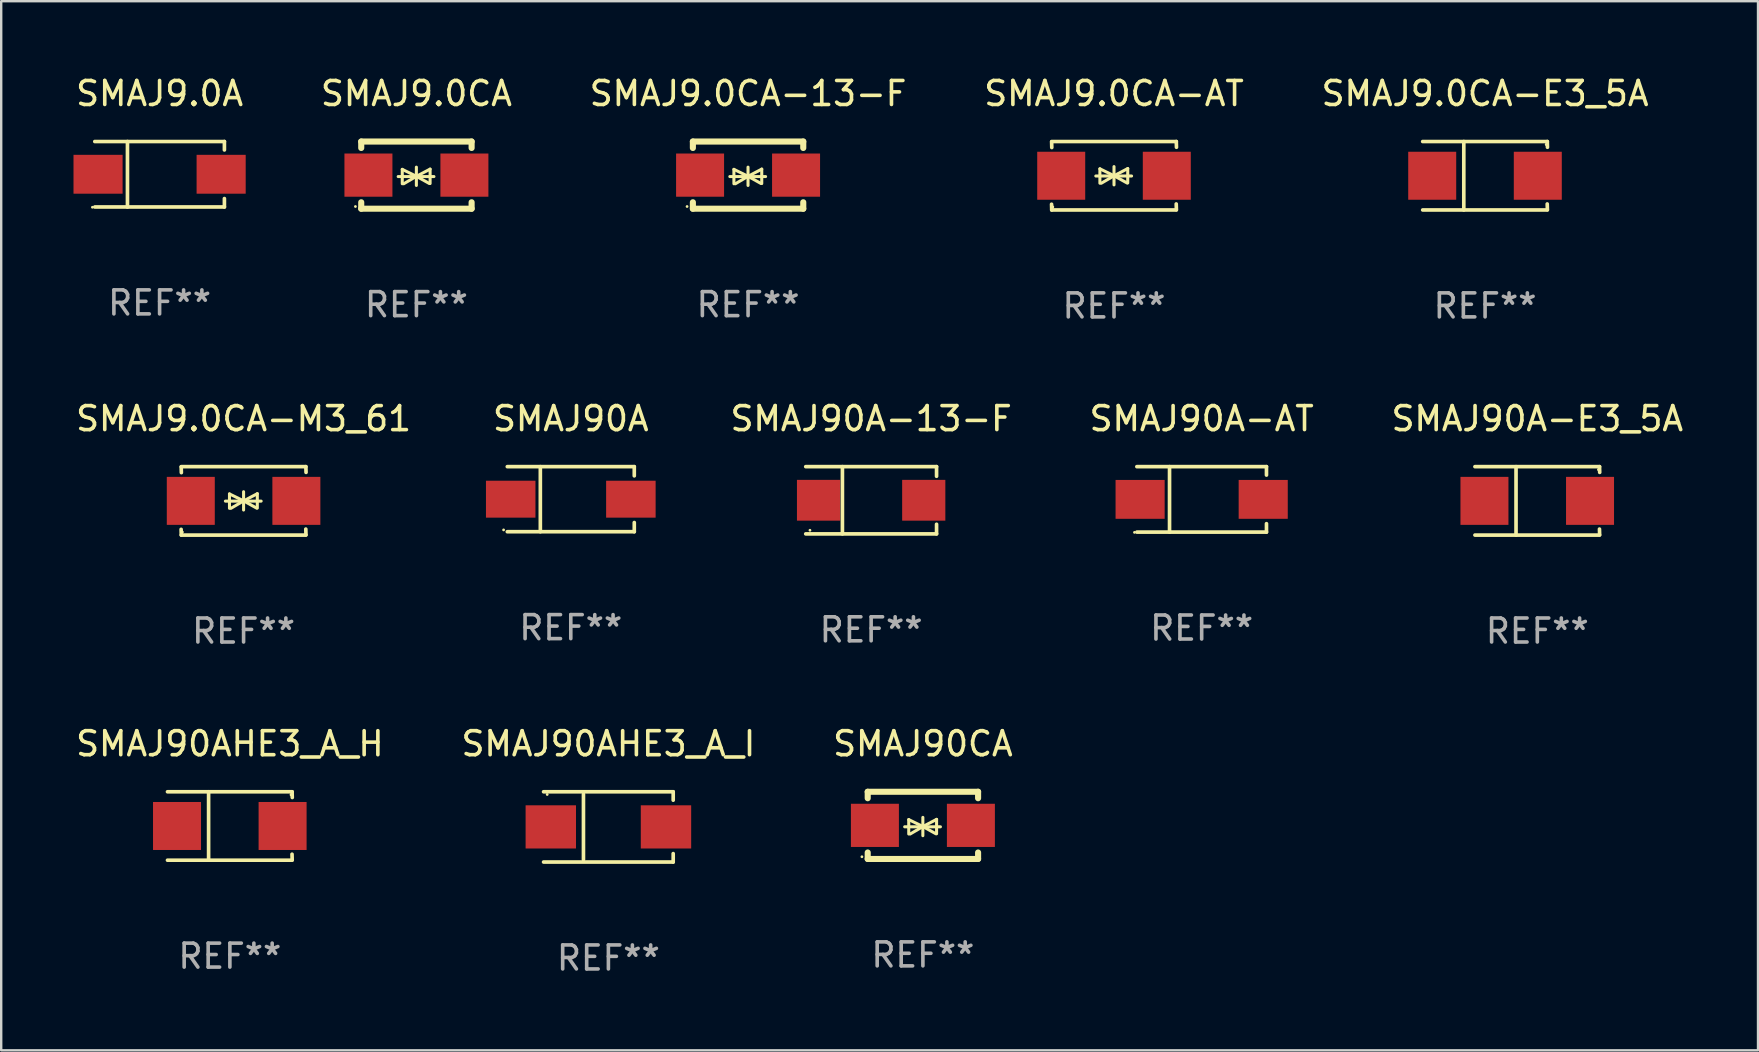
<source format=kicad_pcb>
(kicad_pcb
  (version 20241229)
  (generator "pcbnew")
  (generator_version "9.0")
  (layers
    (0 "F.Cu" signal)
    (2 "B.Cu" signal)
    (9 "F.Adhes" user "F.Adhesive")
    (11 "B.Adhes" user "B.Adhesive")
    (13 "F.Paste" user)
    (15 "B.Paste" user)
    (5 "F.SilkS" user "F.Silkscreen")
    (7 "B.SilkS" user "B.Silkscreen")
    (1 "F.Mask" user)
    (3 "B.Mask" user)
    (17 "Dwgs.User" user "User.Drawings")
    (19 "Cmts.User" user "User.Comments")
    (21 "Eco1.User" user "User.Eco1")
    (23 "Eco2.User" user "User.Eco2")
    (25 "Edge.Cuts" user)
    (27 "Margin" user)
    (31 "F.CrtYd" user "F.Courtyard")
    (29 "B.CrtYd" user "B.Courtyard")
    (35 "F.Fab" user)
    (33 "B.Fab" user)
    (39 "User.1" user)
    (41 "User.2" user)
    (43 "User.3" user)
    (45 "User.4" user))
  (footprint "SMAJ9.0CA-E3_5A"
    (layer "F.Cu")
    (at 58.839 4.274)
    (property "Reference" "SMAJ9.0CA-E3_5A" (at 0 -3.426 0) (layer "F.SilkS") (effects (font (size 1 1) (thickness 0.15))))
    (attr through_hole)
    (fp_line (start -2.6 -1.426) (end 2.593 -1.426) (stroke (width 0.152) (type solid)) (layer "F.SilkS"))
    (fp_line (start -2.6 1.426) (end 2.593 1.426) (stroke (width 0.152) (type solid)) (layer "F.SilkS"))
    (fp_line (start -0.887 -1.426) (end -0.887 1.426) (stroke (width 0.152) (type solid)) (layer "F.SilkS"))
    (fp_line (start 2.59 1.176) (end 2.597 1.415) (stroke (width 0.152) (type solid)) (layer "F.SilkS"))
    (fp_line (start 2.593 -1.426) (end 2.6 -1.187) (stroke (width 0.152) (type solid)) (layer "F.SilkS"))
    (fp_circle (center 2.547 -1.3) (end 2.577 -1.3) (stroke (width 0.06) (type solid)) (fill no) (layer "F.SilkS"))
    (fp_text user "REF**" (at 0 5.426 0) (layer "F.Fab") (effects (font (size 1 1) (thickness 0.15))))
    (pad "1" smd rect (at 2.197 -0.000025 180) (size 2 2) (layers "F.Cu" "F.Mask" "F.Paste"))
    (pad "2" smd rect (at -2.203 -0.000025 180) (size 2 2) (layers "F.Cu" "F.Mask" "F.Paste")))
  (footprint "SMAJ90CA"
    (layer "F.Cu")
    (at 35.411 31.346)
    (property "Reference" "SMAJ90CA" (at 0 -3.4 0) (layer "F.SilkS") (effects (font (size 1 1) (thickness 0.15))))
    (attr through_hole)
    (fp_line (start -2.3 -1.4) (end -2.3 -1.131) (stroke (width 0.254) (type solid)) (layer "F.SilkS"))
    (fp_line (start -2.3 -1.4) (end 2.3 -1.4) (stroke (width 0.254) (type solid)) (layer "F.SilkS"))
    (fp_line (start -2.3 1.131) (end -2.3 1.4) (stroke (width 0.254) (type solid)) (layer "F.SilkS"))
    (fp_line (start -2.3 1.4) (end 2.3 1.4) (stroke (width 0.254) (type solid)) (layer "F.SilkS"))
    (fp_line (start -0.76 0.06) (end 0.73 0.06) (stroke (width 0.127) (type solid)) (layer "F.SilkS"))
    (fp_line (start -0.59 -0.24) (end -0.59 0.36) (stroke (width 0.127) (type solid)) (layer "F.SilkS"))
    (fp_line (start -0.59 -0.24) (end -0.002 0.049) (stroke (width 0.127) (type solid)) (layer "F.SilkS"))
    (fp_line (start -0.53 0.36) (end -0.002 0.049) (stroke (width 0.127) (type solid)) (layer "F.SilkS"))
    (fp_line (start -0.002 0.049) (end -0.002 -0.332) (stroke (width 0.127) (type solid)) (layer "F.SilkS"))
    (fp_line (start -0.002 0.049) (end -0.002 0.43) (stroke (width 0.127) (type solid)) (layer "F.SilkS"))
    (fp_line (start 0.54 0.35) (end -0.002 0.049) (stroke (width 0.127) (type solid)) (layer "F.SilkS"))
    (fp_line (start 0.57 -0.25) (end -0.002 0.049) (stroke (width 0.127) (type solid)) (layer "F.SilkS"))
    (fp_line (start 0.57 -0.25) (end 0.57 0.35) (stroke (width 0.127) (type solid)) (layer "F.SilkS"))
    (fp_line (start 2.3 -1.4) (end 2.3 -1.131) (stroke (width 0.254) (type solid)) (layer "F.SilkS"))
    (fp_line (start 2.3 1.131) (end 2.3 1.4) (stroke (width 0.254) (type solid)) (layer "F.SilkS"))
    (fp_circle (center -2.542 1.308) (end -2.512 1.308) (stroke (width 0.06) (type solid)) (fill no) (layer "F.SilkS"))
    (fp_text user "REF**" (at 0 5.4 0) (layer "F.Fab") (effects (font (size 1 1) (thickness 0.15))))
    (pad "1" smd rect (at -2 0) (size 2 1.8) (layers "F.Cu" "F.Mask" "F.Paste"))
    (pad "2" smd rect (at 2 0) (size 2 1.8) (layers "F.Cu" "F.Mask" "F.Paste")))
  (footprint "SMAJ90A-AT"
    (layer "F.Cu")
    (at 47.028 17.761)
    (property "Reference" "SMAJ90A-AT" (at 0 -3.364 0) (layer "F.SilkS") (effects (font (size 1 1) (thickness 0.15))))
    (attr through_hole)
    (fp_line (start -2.701 -1.364) (end 2.701 -1.364) (stroke (width 0.152) (type solid)) (layer "F.SilkS"))
    (fp_line (start -2.701 1.364) (end 2.701 1.364) (stroke (width 0.152) (type solid)) (layer "F.SilkS"))
    (fp_line (start -1.339 -1.364) (end -1.339 1.364) (stroke (width 0.152) (type solid)) (layer "F.SilkS"))
    (fp_line (start 2.701 -1.364) (end 2.701 -1.013) (stroke (width 0.152) (type solid)) (layer "F.SilkS"))
    (fp_line (start 2.701 1.364) (end 2.701 1.013) (stroke (width 0.152) (type solid)) (layer "F.SilkS"))
    (fp_circle (center -2.8 1.375) (end -2.77 1.375) (stroke (width 0.06) (type solid)) (fill no) (layer "F.SilkS"))
    (fp_text user "REF**" (at 0 5.364 0) (layer "F.Fab") (effects (font (size 1 1) (thickness 0.15))))
    (pad "1" smd rect (at -2.565 -0.000025) (size 2.046 1.62) (layers "F.Cu" "F.Mask" "F.Paste"))
    (pad "2" smd rect (at 2.565 -0.000025) (size 2.046 1.62) (layers "F.Cu" "F.Mask" "F.Paste")))
  (footprint "SMAJ90A"
    (layer "F.Cu")
    (at 20.737 17.753)
    (property "Reference" "SMAJ90A" (at 0 -3.356 0) (layer "F.SilkS") (effects (font (size 1 1) (thickness 0.15))))
    (attr through_hole)
    (fp_line (start -2.646 -1.356) (end 2.646 -1.356) (stroke (width 0.152) (type solid)) (layer "F.SilkS"))
    (fp_line (start -2.646 1.356) (end 2.646 1.356) (stroke (width 0.152) (type solid)) (layer "F.SilkS"))
    (fp_line (start -1.269 -1.356) (end -1.269 1.356) (stroke (width 0.152) (type solid)) (layer "F.SilkS"))
    (fp_line (start 2.646 -1.356) (end 2.646 -0.973) (stroke (width 0.152) (type solid)) (layer "F.SilkS"))
    (fp_line (start 2.646 1.356) (end 2.646 0.973) (stroke (width 0.152) (type solid)) (layer "F.SilkS"))
    (fp_circle (center -2.8 1.28) (end -2.77 1.28) (stroke (width 0.06) (type solid)) (fill no) (layer "F.SilkS"))
    (fp_text user "REF**" (at 0 5.356 0) (layer "F.Fab") (effects (font (size 1 1) (thickness 0.15))))
    (pad "1" smd rect (at 2.504 0) (size 2.063 1.539) (layers "F.Cu" "F.Mask" "F.Paste"))
    (pad "2" smd rect (at -2.504 0) (size 2.063 1.539) (layers "F.Cu" "F.Mask" "F.Paste")))
  (footprint "SMAJ90AHE3_A_I"
    (layer "F.Cu")
    (at 22.304 31.41)
    (property "Reference" "SMAJ90AHE3_A_I" (at 0 -3.464 0) (layer "F.SilkS") (effects (font (size 1 1) (thickness 0.15))))
    (attr through_hole)
    (fp_line (start -2.701 -1.464) (end 2.701 -1.464) (stroke (width 0.152) (type solid)) (layer "F.SilkS"))
    (fp_line (start -2.701 1.464) (end 2.701 1.464) (stroke (width 0.152) (type solid)) (layer "F.SilkS"))
    (fp_line (start -1.039 -1.364) (end -1.039 1.364) (stroke (width 0.152) (type solid)) (layer "F.SilkS"))
    (fp_line (start 2.701 -1.464) (end 2.701 -1.113) (stroke (width 0.152) (type solid)) (layer "F.SilkS"))
    (fp_line (start 2.701 1.464) (end 2.701 1.113) (stroke (width 0.152) (type solid)) (layer "F.SilkS"))
    (fp_circle (center -2.55 -1.35) (end -2.52 -1.35) (stroke (width 0.06) (type solid)) (fill no) (layer "F.SilkS"))
    (fp_text user "REF**" (at 0 5.464 0) (layer "F.Fab") (effects (font (size 1 1) (thickness 0.15))))
    (pad "1" smd rect (at -2.4 0) (size 2.1 1.8) (layers "F.Cu" "F.Mask" "F.Paste"))
    (pad "2" smd rect (at 2.4 0) (size 2.1 1.8) (layers "F.Cu" "F.Mask" "F.Paste")))
  (footprint "SMAJ90A-E3_5A"
    (layer "F.Cu")
    (at 61.016 17.823)
    (property "Reference" "SMAJ90A-E3_5A" (at 0 -3.426 0) (layer "F.SilkS") (effects (font (size 1 1) (thickness 0.15))))
    (attr through_hole)
    (fp_line (start -2.6 -1.426) (end 2.593 -1.426) (stroke (width 0.152) (type solid)) (layer "F.SilkS"))
    (fp_line (start -2.6 1.426) (end 2.593 1.426) (stroke (width 0.152) (type solid)) (layer "F.SilkS"))
    (fp_line (start -0.887 -1.426) (end -0.887 1.426) (stroke (width 0.152) (type solid)) (layer "F.SilkS"))
    (fp_line (start 2.59 1.176) (end 2.597 1.415) (stroke (width 0.152) (type solid)) (layer "F.SilkS"))
    (fp_line (start 2.593 -1.426) (end 2.6 -1.187) (stroke (width 0.152) (type solid)) (layer "F.SilkS"))
    (fp_circle (center 2.547 -1.3) (end 2.577 -1.3) (stroke (width 0.06) (type solid)) (fill no) (layer "F.SilkS"))
    (fp_text user "REF**" (at 0 5.426 0) (layer "F.Fab") (effects (font (size 1 1) (thickness 0.15))))
    (pad "1" smd rect (at 2.197 -0.000025 180) (size 2 2) (layers "F.Cu" "F.Mask" "F.Paste"))
    (pad "2" smd rect (at -2.203 -0.000025 180) (size 2 2) (layers "F.Cu" "F.Mask" "F.Paste")))
  (footprint "SMAJ9.0CA-13-F"
    (layer "F.Cu")
    (at 28.125 4.248)
    (property "Reference" "SMAJ9.0CA-13-F" (at 0 -3.4 0) (layer "F.SilkS") (effects (font (size 1 1) (thickness 0.15))))
    (attr through_hole)
    (fp_line (start -2.3 -1.4) (end -2.3 -1.131) (stroke (width 0.254) (type solid)) (layer "F.SilkS"))
    (fp_line (start -2.3 -1.4) (end 2.3 -1.4) (stroke (width 0.254) (type solid)) (layer "F.SilkS"))
    (fp_line (start -2.3 1.131) (end -2.3 1.4) (stroke (width 0.254) (type solid)) (layer "F.SilkS"))
    (fp_line (start -2.3 1.4) (end 2.3 1.4) (stroke (width 0.254) (type solid)) (layer "F.SilkS"))
    (fp_line (start -0.76 0.06) (end 0.73 0.06) (stroke (width 0.127) (type solid)) (layer "F.SilkS"))
    (fp_line (start -0.59 -0.24) (end -0.59 0.36) (stroke (width 0.127) (type solid)) (layer "F.SilkS"))
    (fp_line (start -0.59 -0.24) (end -0.002 0.049) (stroke (width 0.127) (type solid)) (layer "F.SilkS"))
    (fp_line (start -0.53 0.36) (end -0.002 0.049) (stroke (width 0.127) (type solid)) (layer "F.SilkS"))
    (fp_line (start -0.002 0.049) (end -0.002 -0.332) (stroke (width 0.127) (type solid)) (layer "F.SilkS"))
    (fp_line (start -0.002 0.049) (end -0.002 0.43) (stroke (width 0.127) (type solid)) (layer "F.SilkS"))
    (fp_line (start 0.54 0.35) (end -0.002 0.049) (stroke (width 0.127) (type solid)) (layer "F.SilkS"))
    (fp_line (start 0.57 -0.25) (end -0.002 0.049) (stroke (width 0.127) (type solid)) (layer "F.SilkS"))
    (fp_line (start 0.57 -0.25) (end 0.57 0.35) (stroke (width 0.127) (type solid)) (layer "F.SilkS"))
    (fp_line (start 2.3 -1.4) (end 2.3 -1.131) (stroke (width 0.254) (type solid)) (layer "F.SilkS"))
    (fp_line (start 2.3 1.131) (end 2.3 1.4) (stroke (width 0.254) (type solid)) (layer "F.SilkS"))
    (fp_circle (center -2.542 1.308) (end -2.512 1.308) (stroke (width 0.06) (type solid)) (fill no) (layer "F.SilkS"))
    (fp_text user "REF**" (at 0 5.4 0) (layer "F.Fab") (effects (font (size 1 1) (thickness 0.15))))
    (pad "1" smd rect (at -2 0) (size 2 1.8) (layers "F.Cu" "F.Mask" "F.Paste"))
    (pad "2" smd rect (at 2 0) (size 2 1.8) (layers "F.Cu" "F.Mask" "F.Paste")))
  (footprint "SMAJ90AHE3_A_H"
    (layer "F.Cu")
    (at 6.53 31.372)
    (property "Reference" "SMAJ90AHE3_A_H" (at 0 -3.426 0) (layer "F.SilkS") (effects (font (size 1 1) (thickness 0.15))))
    (attr through_hole)
    (fp_line (start -2.6 -1.426) (end 2.593 -1.426) (stroke (width 0.152) (type solid)) (layer "F.SilkS"))
    (fp_line (start -2.6 1.426) (end 2.593 1.426) (stroke (width 0.152) (type solid)) (layer "F.SilkS"))
    (fp_line (start -0.887 -1.426) (end -0.887 1.426) (stroke (width 0.152) (type solid)) (layer "F.SilkS"))
    (fp_line (start 2.59 1.176) (end 2.597 1.415) (stroke (width 0.152) (type solid)) (layer "F.SilkS"))
    (fp_line (start 2.593 -1.426) (end 2.6 -1.187) (stroke (width 0.152) (type solid)) (layer "F.SilkS"))
    (fp_circle (center 2.547 -1.3) (end 2.577 -1.3) (stroke (width 0.06) (type solid)) (fill no) (layer "F.SilkS"))
    (fp_text user "REF**" (at 0 5.426 0) (layer "F.Fab") (effects (font (size 1 1) (thickness 0.15))))
    (pad "1" smd rect (at 2.197 -0.000025 180) (size 2 2) (layers "F.Cu" "F.Mask" "F.Paste"))
    (pad "2" smd rect (at -2.203 -0.000025 180) (size 2 2) (layers "F.Cu" "F.Mask" "F.Paste")))
  (footprint "SMAJ9.0CA-M3_61"
    (layer "F.Cu")
    (at 7.101 17.823)
    (property "Reference" "SMAJ9.0CA-M3_61" (at 0 -3.426 0) (layer "F.SilkS") (effects (font (size 1 1) (thickness 0.15))))
    (attr through_hole)
    (fp_line (start -2.596 -1.426) (end 2.596 -1.426) (stroke (width 0.152) (type solid)) (layer "F.SilkS"))
    (fp_line (start -2.596 1.426) (end -2.603 1.187) (stroke (width 0.152) (type solid)) (layer "F.SilkS"))
    (fp_line (start -2.596 1.426) (end 2.596 1.426) (stroke (width 0.152) (type solid)) (layer "F.SilkS"))
    (fp_line (start -2.593 -1.176) (end -2.6 -1.415) (stroke (width 0.152) (type solid)) (layer "F.SilkS"))
    (fp_line (start -0.758 0.011) (end 0.732 0.011) (stroke (width 0.127) (type solid)) (layer "F.SilkS"))
    (fp_line (start -0.588 -0.289) (end -0.588 0.311) (stroke (width 0.127) (type solid)) (layer "F.SilkS"))
    (fp_line (start -0.588 -0.289) (end 0 0) (stroke (width 0.127) (type solid)) (layer "F.SilkS"))
    (fp_line (start -0.528 0.311) (end 0 0) (stroke (width 0.127) (type solid)) (layer "F.SilkS"))
    (fp_line (start 0 0) (end 0 -0.381) (stroke (width 0.127) (type solid)) (layer "F.SilkS"))
    (fp_line (start 0 0) (end 0 0.381) (stroke (width 0.127) (type solid)) (layer "F.SilkS"))
    (fp_line (start 0.542 0.301) (end 0 0) (stroke (width 0.127) (type solid)) (layer "F.SilkS"))
    (fp_line (start 0.572 -0.299) (end 0 0) (stroke (width 0.127) (type solid)) (layer "F.SilkS"))
    (fp_line (start 0.572 -0.299) (end 0.572 0.301) (stroke (width 0.127) (type solid)) (layer "F.SilkS"))
    (fp_line (start 2.593 1.176) (end 2.6 1.415) (stroke (width 0.152) (type solid)) (layer "F.SilkS"))
    (fp_line (start 2.596 -1.426) (end 2.603 -1.187) (stroke (width 0.152) (type solid)) (layer "F.SilkS"))
    (fp_circle (center -2.55 1.3) (end -2.52 1.3) (stroke (width 0.06) (type solid)) (fill no) (layer "F.SilkS"))
    (fp_text user "REF**" (at 0 5.426 0) (layer "F.Fab") (effects (font (size 1 1) (thickness 0.15))))
    (pad "1" smd rect (at -2.2 0 180) (size 2 2) (layers "F.Cu" "F.Mask" "F.Paste"))
    (pad "2" smd rect (at 2.2 0 180) (size 2 2) (layers "F.Cu" "F.Mask" "F.Paste")))
  (footprint "SMAJ9.0CA"
    (layer "F.Cu")
    (at 14.304 4.248)
    (property "Reference" "SMAJ9.0CA" (at 0 -3.4 0) (layer "F.SilkS") (effects (font (size 1 1) (thickness 0.15))))
    (attr through_hole)
    (fp_line (start -2.3 -1.4) (end -2.3 -1.131) (stroke (width 0.254) (type solid)) (layer "F.SilkS"))
    (fp_line (start -2.3 -1.4) (end 2.3 -1.4) (stroke (width 0.254) (type solid)) (layer "F.SilkS"))
    (fp_line (start -2.3 1.131) (end -2.3 1.4) (stroke (width 0.254) (type solid)) (layer "F.SilkS"))
    (fp_line (start -2.3 1.4) (end 2.3 1.4) (stroke (width 0.254) (type solid)) (layer "F.SilkS"))
    (fp_line (start -0.76 0.06) (end 0.73 0.06) (stroke (width 0.127) (type solid)) (layer "F.SilkS"))
    (fp_line (start -0.59 -0.24) (end -0.59 0.36) (stroke (width 0.127) (type solid)) (layer "F.SilkS"))
    (fp_line (start -0.59 -0.24) (end -0.002 0.049) (stroke (width 0.127) (type solid)) (layer "F.SilkS"))
    (fp_line (start -0.53 0.36) (end -0.002 0.049) (stroke (width 0.127) (type solid)) (layer "F.SilkS"))
    (fp_line (start -0.002 0.049) (end -0.002 -0.332) (stroke (width 0.127) (type solid)) (layer "F.SilkS"))
    (fp_line (start -0.002 0.049) (end -0.002 0.43) (stroke (width 0.127) (type solid)) (layer "F.SilkS"))
    (fp_line (start 0.54 0.35) (end -0.002 0.049) (stroke (width 0.127) (type solid)) (layer "F.SilkS"))
    (fp_line (start 0.57 -0.25) (end -0.002 0.049) (stroke (width 0.127) (type solid)) (layer "F.SilkS"))
    (fp_line (start 0.57 -0.25) (end 0.57 0.35) (stroke (width 0.127) (type solid)) (layer "F.SilkS"))
    (fp_line (start 2.3 -1.4) (end 2.3 -1.131) (stroke (width 0.254) (type solid)) (layer "F.SilkS"))
    (fp_line (start 2.3 1.131) (end 2.3 1.4) (stroke (width 0.254) (type solid)) (layer "F.SilkS"))
    (fp_circle (center -2.542 1.308) (end -2.512 1.308) (stroke (width 0.06) (type solid)) (fill no) (layer "F.SilkS"))
    (fp_text user "REF**" (at 0 5.4 0) (layer "F.Fab") (effects (font (size 1 1) (thickness 0.15))))
    (pad "1" smd rect (at -2 0) (size 2 1.8) (layers "F.Cu" "F.Mask" "F.Paste"))
    (pad "2" smd rect (at 2 0) (size 2 1.8) (layers "F.Cu" "F.Mask" "F.Paste")))
  (footprint "SMAJ90A-13-F"
    (layer "F.Cu")
    (at 33.254 17.798)
    (property "Reference" "SMAJ90A-13-F" (at 0 -3.401 0) (layer "F.SilkS") (effects (font (size 1 1) (thickness 0.15))))
    (attr through_hole)
    (fp_line (start -2.726 -1.401) (end 2.726 -1.401) (stroke (width 0.152) (type solid)) (layer "F.SilkS"))
    (fp_line (start -2.726 1.401) (end 2.726 1.401) (stroke (width 0.152) (type solid)) (layer "F.SilkS"))
    (fp_line (start -1.197 -1.401) (end -1.197 1.401) (stroke (width 0.152) (type solid)) (layer "F.SilkS"))
    (fp_line (start 2.726 -1.401) (end 2.726 -1) (stroke (width 0.152) (type solid)) (layer "F.SilkS"))
    (fp_line (start 2.726 1.401) (end 2.726 1) (stroke (width 0.152) (type solid)) (layer "F.SilkS"))
    (fp_circle (center -2.55 1.25) (end -2.52 1.25) (stroke (width 0.06) (type solid)) (fill no) (layer "F.SilkS"))
    (fp_text user "REF**" (at 0 5.401 0) (layer "F.Fab") (effects (font (size 1 1) (thickness 0.15))))
    (pad "1" smd rect (at -2.192 0) (size 1.8 1.7) (layers "F.Cu" "F.Mask" "F.Paste"))
    (pad "2" smd rect (at 2.192 0) (size 1.8 1.7) (layers "F.Cu" "F.Mask" "F.Paste")))
  (footprint "SMAJ9.0CA-AT"
    (layer "F.Cu")
    (at 43.375 4.274)
    (property "Reference" "SMAJ9.0CA-AT" (at 0 -3.426 0) (layer "F.SilkS") (effects (font (size 1 1) (thickness 0.15))))
    (attr through_hole)
    (fp_line (start -2.596 -1.426) (end 2.596 -1.426) (stroke (width 0.152) (type solid)) (layer "F.SilkS"))
    (fp_line (start -2.596 1.426) (end -2.603 1.187) (stroke (width 0.152) (type solid)) (layer "F.SilkS"))
    (fp_line (start -2.596 1.426) (end 2.596 1.426) (stroke (width 0.152) (type solid)) (layer "F.SilkS"))
    (fp_line (start -2.593 -1.176) (end -2.6 -1.415) (stroke (width 0.152) (type solid)) (layer "F.SilkS"))
    (fp_line (start -0.758 0.011) (end 0.732 0.011) (stroke (width 0.127) (type solid)) (layer "F.SilkS"))
    (fp_line (start -0.588 -0.289) (end -0.588 0.311) (stroke (width 0.127) (type solid)) (layer "F.SilkS"))
    (fp_line (start -0.588 -0.289) (end 0 0) (stroke (width 0.127) (type solid)) (layer "F.SilkS"))
    (fp_line (start -0.528 0.311) (end 0 0) (stroke (width 0.127) (type solid)) (layer "F.SilkS"))
    (fp_line (start 0 0) (end 0 -0.381) (stroke (width 0.127) (type solid)) (layer "F.SilkS"))
    (fp_line (start 0 0) (end 0 0.381) (stroke (width 0.127) (type solid)) (layer "F.SilkS"))
    (fp_line (start 0.542 0.301) (end 0 0) (stroke (width 0.127) (type solid)) (layer "F.SilkS"))
    (fp_line (start 0.572 -0.299) (end 0 0) (stroke (width 0.127) (type solid)) (layer "F.SilkS"))
    (fp_line (start 0.572 -0.299) (end 0.572 0.301) (stroke (width 0.127) (type solid)) (layer "F.SilkS"))
    (fp_line (start 2.593 1.176) (end 2.6 1.415) (stroke (width 0.152) (type solid)) (layer "F.SilkS"))
    (fp_line (start 2.596 -1.426) (end 2.603 -1.187) (stroke (width 0.152) (type solid)) (layer "F.SilkS"))
    (fp_circle (center -2.55 1.3) (end -2.52 1.3) (stroke (width 0.06) (type solid)) (fill no) (layer "F.SilkS"))
    (fp_text user "REF**" (at 0 5.426 0) (layer "F.Fab") (effects (font (size 1 1) (thickness 0.15))))
    (pad "1" smd rect (at -2.2 0 180) (size 2 2) (layers "F.Cu" "F.Mask" "F.Paste"))
    (pad "2" smd rect (at 2.2 0 180) (size 2 2) (layers "F.Cu" "F.Mask" "F.Paste")))
  (footprint "SMAJ9.0A"
    (layer "F.Cu")
    (at 3.601 4.212)
    (property "Reference" "SMAJ9.0A" (at 0 -3.364 0) (layer "F.SilkS") (effects (font (size 1 1) (thickness 0.15))))
    (attr through_hole)
    (fp_line (start -2.701 -1.364) (end 2.701 -1.364) (stroke (width 0.152) (type solid)) (layer "F.SilkS"))
    (fp_line (start -2.701 1.364) (end 2.701 1.364) (stroke (width 0.152) (type solid)) (layer "F.SilkS"))
    (fp_line (start -1.339 -1.364) (end -1.339 1.364) (stroke (width 0.152) (type solid)) (layer "F.SilkS"))
    (fp_line (start 2.701 -1.364) (end 2.701 -1.013) (stroke (width 0.152) (type solid)) (layer "F.SilkS"))
    (fp_line (start 2.701 1.364) (end 2.701 1.013) (stroke (width 0.152) (type solid)) (layer "F.SilkS"))
    (fp_circle (center -2.8 1.375) (end -2.77 1.375) (stroke (width 0.06) (type solid)) (fill no) (layer "F.SilkS"))
    (fp_text user "REF**" (at 0 5.364 0) (layer "F.Fab") (effects (font (size 1 1) (thickness 0.15))))
    (pad "1" smd rect (at -2.565 -0.000025) (size 2.046 1.62) (layers "F.Cu" "F.Mask" "F.Paste"))
    (pad "2" smd rect (at 2.565 -0.000025) (size 2.046 1.62) (layers "F.Cu" "F.Mask" "F.Paste")))
  (gr_rect
    (start -3 -3)
    (end 70.213 40.722)
    (stroke (width 0.1) (type default))
    (fill no)
    (layer "Edge.Cuts")))
</source>
